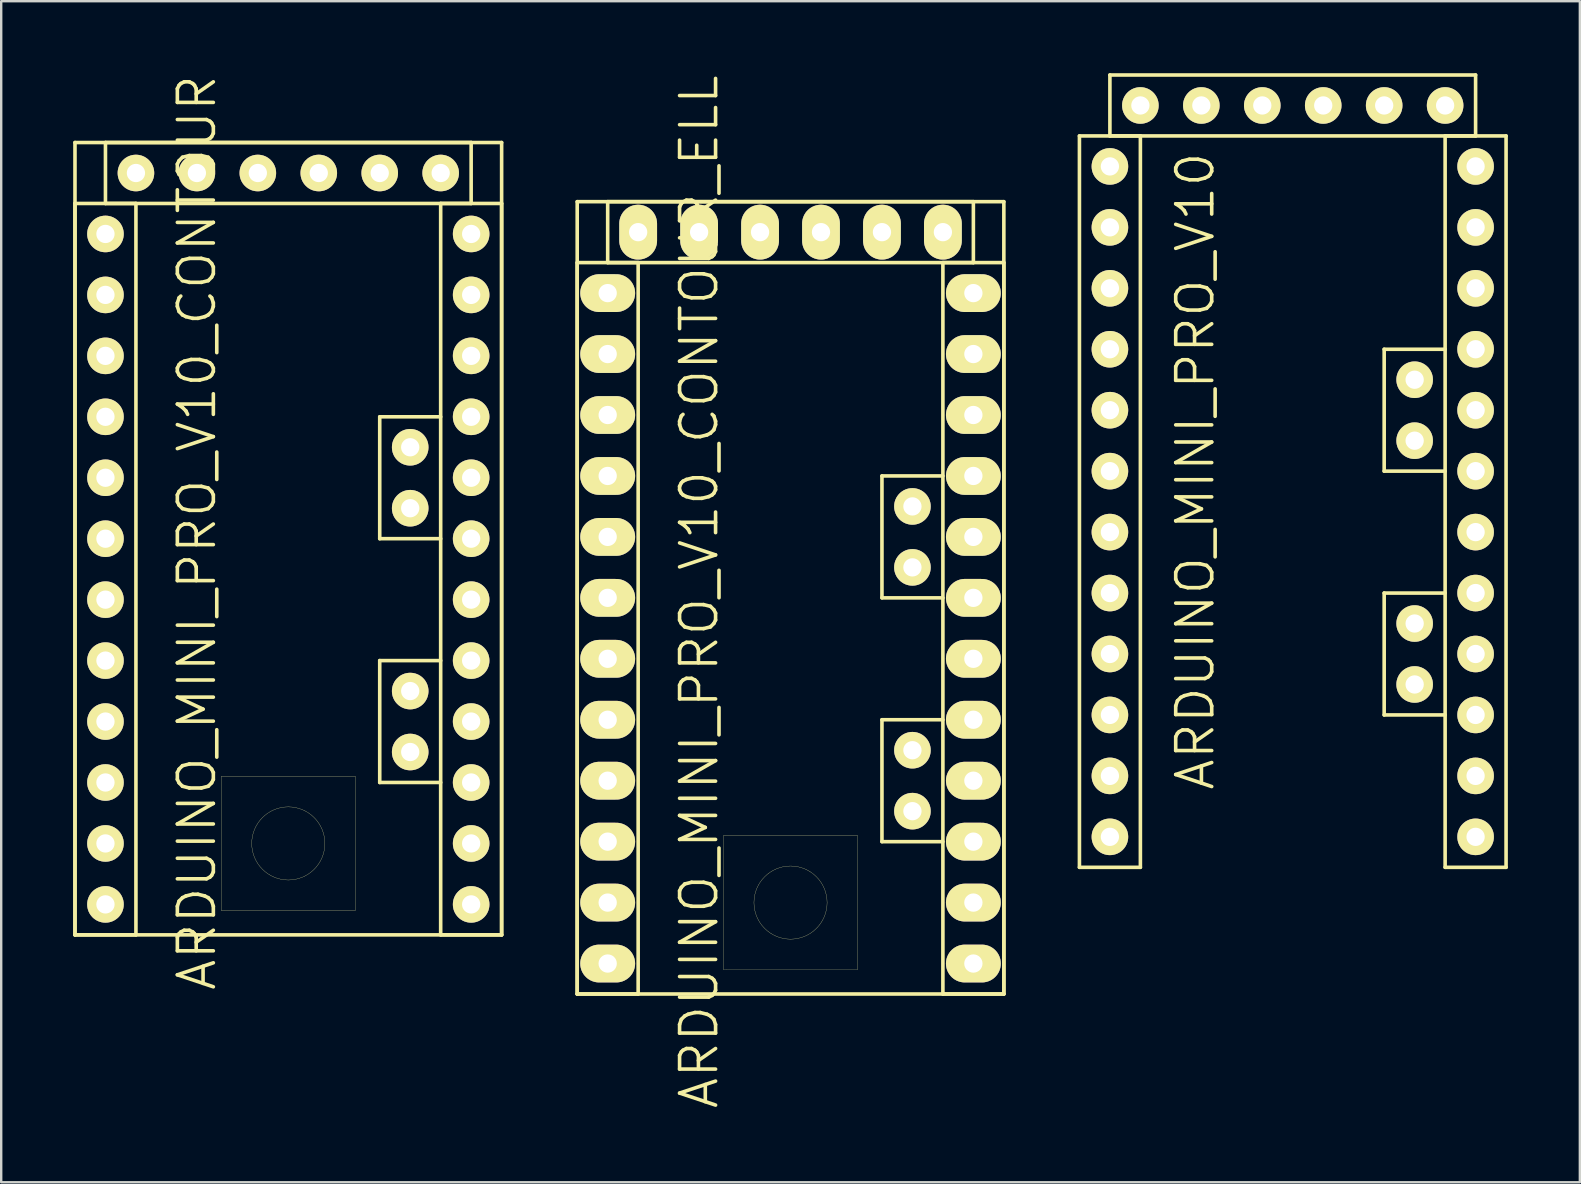
<source format=kicad_pcb>
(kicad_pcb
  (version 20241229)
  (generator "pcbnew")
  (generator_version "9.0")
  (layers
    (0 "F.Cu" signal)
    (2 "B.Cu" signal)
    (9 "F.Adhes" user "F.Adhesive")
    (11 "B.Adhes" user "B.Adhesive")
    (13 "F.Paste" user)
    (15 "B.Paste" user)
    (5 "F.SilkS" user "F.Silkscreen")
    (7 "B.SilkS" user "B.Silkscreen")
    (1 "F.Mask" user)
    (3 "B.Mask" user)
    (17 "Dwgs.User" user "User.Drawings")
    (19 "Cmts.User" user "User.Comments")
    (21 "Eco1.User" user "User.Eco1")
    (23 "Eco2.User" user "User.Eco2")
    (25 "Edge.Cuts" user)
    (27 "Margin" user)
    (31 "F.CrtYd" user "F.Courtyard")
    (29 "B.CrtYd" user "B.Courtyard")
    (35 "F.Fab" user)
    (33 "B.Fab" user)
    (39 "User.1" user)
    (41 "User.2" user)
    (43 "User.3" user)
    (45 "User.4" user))
  (footprint "ARDUINO_MINI_PRO_V10_CONTOUR_ELL"
    (layer "F.Cu")
    (at 29.895 21.865)
    (property "Reference" "ARDUINO_MINI_PRO_V10_CONTOUR_ELL" (at -3.81 -0.254 90) (layer "F.SilkS") (effects (font (size 1.5 1.5) (thickness 0.15))))
    (attr through_hole)
    (fp_line (start -8.89 -16.51) (end -8.89 16.51) (stroke (width 0.15) (type solid)) (layer "F.SilkS"))
    (fp_line (start -8.89 -13.97) (end -6.35 -13.97) (stroke (width 0.15) (type solid)) (layer "F.SilkS"))
    (fp_line (start -8.89 16.51) (end -8.89 -13.97) (stroke (width 0.15) (type solid)) (layer "F.SilkS"))
    (fp_line (start -8.89 16.51) (end 8.89 16.51) (stroke (width 0.15) (type solid)) (layer "F.SilkS"))
    (fp_line (start -7.62 -16.51) (end 7.62 -16.51) (stroke (width 0.15) (type solid)) (layer "F.SilkS"))
    (fp_line (start -7.62 -13.97) (end -7.62 -16.51) (stroke (width 0.15) (type solid)) (layer "F.SilkS"))
    (fp_line (start -6.35 -13.97) (end -6.35 16.51) (stroke (width 0.15) (type solid)) (layer "F.SilkS"))
    (fp_line (start -6.35 16.51) (end -8.89 16.51) (stroke (width 0.15) (type solid)) (layer "F.SilkS"))
    (fp_line (start -2.794 9.906) (end 2.794 9.906) (stroke (width 0.01) (type solid)) (layer "F.SilkS"))
    (fp_line (start -2.794 15.494) (end -2.794 9.906) (stroke (width 0.01) (type solid)) (layer "F.SilkS"))
    (fp_line (start -2.667 15.494) (end -2.794 15.494) (stroke (width 0.01) (type solid)) (layer "F.SilkS"))
    (fp_line (start 2.794 9.906) (end 2.794 15.494) (stroke (width 0.01) (type solid)) (layer "F.SilkS"))
    (fp_line (start 2.794 15.494) (end -2.667 15.494) (stroke (width 0.01) (type solid)) (layer "F.SilkS"))
    (fp_line (start 3.81 -5.08) (end 3.81 0) (stroke (width 0.15) (type solid)) (layer "F.SilkS"))
    (fp_line (start 3.81 0) (end 6.35 0) (stroke (width 0.15) (type solid)) (layer "F.SilkS"))
    (fp_line (start 3.81 5.08) (end 3.81 10.16) (stroke (width 0.15) (type solid)) (layer "F.SilkS"))
    (fp_line (start 3.81 10.16) (end 6.35 10.16) (stroke (width 0.15) (type solid)) (layer "F.SilkS"))
    (fp_line (start 6.35 -13.97) (end 6.35 16.51) (stroke (width 0.15) (type solid)) (layer "F.SilkS"))
    (fp_line (start 6.35 -5.08) (end 3.81 -5.08) (stroke (width 0.15) (type solid)) (layer "F.SilkS"))
    (fp_line (start 6.35 5.08) (end 3.81 5.08) (stroke (width 0.15) (type solid)) (layer "F.SilkS"))
    (fp_line (start 6.35 16.51) (end 8.89 16.51) (stroke (width 0.15) (type solid)) (layer "F.SilkS"))
    (fp_line (start 7.62 -16.51) (end 7.62 -13.97) (stroke (width 0.15) (type solid)) (layer "F.SilkS"))
    (fp_line (start 7.62 -13.97) (end -7.62 -13.97) (stroke (width 0.15) (type solid)) (layer "F.SilkS"))
    (fp_line (start 8.89 -16.51) (end -8.89 -16.51) (stroke (width 0.15) (type solid)) (layer "F.SilkS"))
    (fp_line (start 8.89 -13.97) (end 6.35 -13.97) (stroke (width 0.15) (type solid)) (layer "F.SilkS"))
    (fp_line (start 8.89 16.51) (end 8.89 -16.51) (stroke (width 0.15) (type solid)) (layer "F.SilkS"))
    (fp_line (start 8.89 16.51) (end 8.89 -13.97) (stroke (width 0.15) (type solid)) (layer "F.SilkS"))
    (fp_circle (center 0 12.7) (end 0 14.224) (stroke (width 0.01) (type solid)) (fill no) (layer "F.SilkS"))
    (pad "2" thru_hole oval (at -7.62 -2.54) (size 2.286 1.575) (drill 0.762) (layers "*.Cu" "*.Mask" "F.SilkS"))
    (pad "3" thru_hole oval (at -7.62 0) (size 2.286 1.575) (drill 0.762) (layers "*.Cu" "*.Mask" "F.SilkS"))
    (pad "4" thru_hole oval (at -7.62 2.54) (size 2.286 1.575) (drill 0.762) (layers "*.Cu" "*.Mask" "F.SilkS"))
    (pad "5" thru_hole oval (at -7.62 5.08) (size 2.286 1.575) (drill 0.762) (layers "*.Cu" "*.Mask" "F.SilkS"))
    (pad "6" thru_hole oval (at -7.62 7.62) (size 2.286 1.575) (drill 0.762) (layers "*.Cu" "*.Mask" "F.SilkS"))
    (pad "7" thru_hole oval (at -7.62 10.16) (size 2.286 1.575) (drill 0.762) (layers "*.Cu" "*.Mask" "F.SilkS"))
    (pad "8" thru_hole oval (at -7.62 12.7) (size 2.286 1.575) (drill 0.762) (layers "*.Cu" "*.Mask" "F.SilkS"))
    (pad "9" thru_hole oval (at -7.62 15.24) (size 2.286 1.575) (drill 0.762) (layers "*.Cu" "*.Mask" "F.SilkS"))
    (pad "10" thru_hole oval (at 7.62 15.24) (size 2.286 1.575) (drill 0.762) (layers "*.Cu" "*.Mask" "F.SilkS"))
    (pad "11" thru_hole oval (at 7.62 12.7) (size 2.286 1.575) (drill 0.762) (layers "*.Cu" "*.Mask" "F.SilkS"))
    (pad "12" thru_hole oval (at 7.62 10.16) (size 2.286 1.575) (drill 0.762) (layers "*.Cu" "*.Mask" "F.SilkS"))
    (pad "13" thru_hole oval (at 7.62 7.62) (size 2.286 1.575) (drill 0.762) (layers "*.Cu" "*.Mask" "F.SilkS"))
    (pad "A0" thru_hole oval (at 7.62 5.08) (size 2.286 1.575) (drill 0.762) (layers "*.Cu" "*.Mask" "F.SilkS"))
    (pad "A1" thru_hole oval (at 7.62 2.54) (size 2.286 1.575) (drill 0.762) (layers "*.Cu" "*.Mask" "F.SilkS"))
    (pad "A2" thru_hole oval (at 7.62 0) (size 2.286 1.575) (drill 0.762) (layers "*.Cu" "*.Mask" "F.SilkS"))
    (pad "A3" thru_hole oval (at 7.62 -2.54) (size 2.286 1.575) (drill 0.762) (layers "*.Cu" "*.Mask" "F.SilkS"))
    (pad "A4" thru_hole circle (at 5.08 -1.27) (size 1.524 1.524) (drill 0.762) (layers "*.Cu" "*.Mask" "F.SilkS"))
    (pad "A5" thru_hole circle (at 5.08 -3.81) (size 1.524 1.524) (drill 0.762) (layers "*.Cu" "*.Mask" "F.SilkS"))
    (pad "A6" thru_hole circle (at 5.08 8.89) (size 1.524 1.524) (drill 0.762) (layers "*.Cu" "*.Mask" "F.SilkS"))
    (pad "A7" thru_hole circle (at 5.08 6.35) (size 1.524 1.524) (drill 0.762) (layers "*.Cu" "*.Mask" "F.SilkS"))
    (pad "BLK" thru_hole oval (at 6.35 -15.24) (size 1.575 2.286) (drill 0.762) (layers "*.Cu" "*.Mask" "F.SilkS"))
    (pad "GND1" thru_hole oval (at 3.81 -15.24) (size 1.575 2.286) (drill 0.762) (layers "*.Cu" "*.Mask" "F.SilkS"))
    (pad "GND2" thru_hole oval (at -7.62 -5.08) (size 2.286 1.575) (drill 0.762) (layers "*.Cu" "*.Mask" "F.SilkS"))
    (pad "GND3" thru_hole oval (at 7.62 -10.16) (size 2.286 1.575) (drill 0.762) (layers "*.Cu" "*.Mask" "F.SilkS"))
    (pad "GRN" thru_hole oval (at -6.35 -15.24) (size 1.575 2.286) (drill 0.762) (layers "*.Cu" "*.Mask" "F.SilkS"))
    (pad "RAW" thru_hole oval (at 7.62 -12.7) (size 2.286 1.575) (drill 0.762) (layers "*.Cu" "*.Mask" "F.SilkS"))
    (pad "RST1" thru_hole oval (at -7.62 -7.62) (size 2.286 1.575) (drill 0.762) (layers "*.Cu" "*.Mask" "F.SilkS"))
    (pad "RST2" thru_hole oval (at 7.62 -7.62) (size 2.286 1.575) (drill 0.762) (layers "*.Cu" "*.Mask" "F.SilkS"))
    (pad "RX/1" thru_hole oval (at -1.27 -15.24) (size 1.575 2.286) (drill 0.762) (layers "*.Cu" "*.Mask" "F.SilkS"))
    (pad "RX/2" thru_hole oval (at -7.62 -10.16) (size 2.286 1.575) (drill 0.762) (layers "*.Cu" "*.Mask" "F.SilkS"))
    (pad "TX/1" thru_hole oval (at -3.81 -15.24) (size 1.575 2.286) (drill 0.762) (layers "*.Cu" "*.Mask" "F.SilkS"))
    (pad "TX/2" thru_hole oval (at -7.62 -12.7) (size 2.286 1.575) (drill 0.762) (layers "*.Cu" "*.Mask" "F.SilkS"))
    (pad "VCC1" thru_hole oval (at 1.27 -15.24) (size 1.575 2.286) (drill 0.762) (layers "*.Cu" "*.Mask" "F.SilkS"))
    (pad "VCC2" thru_hole oval (at 7.62 -5.08) (size 2.286 1.575) (drill 0.762) (layers "*.Cu" "*.Mask" "F.SilkS")))
  (footprint "ARDUINO_MINI_PRO_V10"
    (layer "F.Cu")
    (at 50.825 16.585)
    (property "Reference" "ARDUINO_MINI_PRO_V10" (at -4.064 0 90) (layer "F.SilkS") (effects (font (size 1.5 1.5) (thickness 0.15))))
    (attr through_hole)
    (fp_line (start -8.89 -13.97) (end -6.35 -13.97) (stroke (width 0.15) (type solid)) (layer "F.SilkS"))
    (fp_line (start -8.89 16.51) (end -8.89 -13.97) (stroke (width 0.15) (type solid)) (layer "F.SilkS"))
    (fp_line (start -7.62 -16.51) (end 7.62 -16.51) (stroke (width 0.15) (type solid)) (layer "F.SilkS"))
    (fp_line (start -7.62 -13.97) (end -7.62 -16.51) (stroke (width 0.15) (type solid)) (layer "F.SilkS"))
    (fp_line (start -6.35 -13.97) (end -6.35 16.51) (stroke (width 0.15) (type solid)) (layer "F.SilkS"))
    (fp_line (start -6.35 16.51) (end -8.89 16.51) (stroke (width 0.15) (type solid)) (layer "F.SilkS"))
    (fp_line (start 3.81 -5.08) (end 3.81 0) (stroke (width 0.15) (type solid)) (layer "F.SilkS"))
    (fp_line (start 3.81 0) (end 6.35 0) (stroke (width 0.15) (type solid)) (layer "F.SilkS"))
    (fp_line (start 3.81 5.08) (end 3.81 10.16) (stroke (width 0.15) (type solid)) (layer "F.SilkS"))
    (fp_line (start 3.81 10.16) (end 6.35 10.16) (stroke (width 0.15) (type solid)) (layer "F.SilkS"))
    (fp_line (start 6.35 -13.97) (end 6.35 16.51) (stroke (width 0.15) (type solid)) (layer "F.SilkS"))
    (fp_line (start 6.35 -5.08) (end 3.81 -5.08) (stroke (width 0.15) (type solid)) (layer "F.SilkS"))
    (fp_line (start 6.35 5.08) (end 3.81 5.08) (stroke (width 0.15) (type solid)) (layer "F.SilkS"))
    (fp_line (start 6.35 16.51) (end 8.89 16.51) (stroke (width 0.15) (type solid)) (layer "F.SilkS"))
    (fp_line (start 7.62 -16.51) (end 7.62 -13.97) (stroke (width 0.15) (type solid)) (layer "F.SilkS"))
    (fp_line (start 7.62 -13.97) (end -7.62 -13.97) (stroke (width 0.15) (type solid)) (layer "F.SilkS"))
    (fp_line (start 8.89 -13.97) (end 6.35 -13.97) (stroke (width 0.15) (type solid)) (layer "F.SilkS"))
    (fp_line (start 8.89 16.51) (end 8.89 -13.97) (stroke (width 0.15) (type solid)) (layer "F.SilkS"))
    (pad "2" thru_hole circle (at -7.62 -2.54) (size 1.524 1.524) (drill 0.762) (layers "*.Cu" "*.Mask" "F.SilkS"))
    (pad "3" thru_hole circle (at -7.62 0) (size 1.524 1.524) (drill 0.762) (layers "*.Cu" "*.Mask" "F.SilkS"))
    (pad "4" thru_hole circle (at -7.62 2.54) (size 1.524 1.524) (drill 0.762) (layers "*.Cu" "*.Mask" "F.SilkS"))
    (pad "5" thru_hole circle (at -7.62 5.08) (size 1.524 1.524) (drill 0.762) (layers "*.Cu" "*.Mask" "F.SilkS"))
    (pad "6" thru_hole circle (at -7.62 7.62) (size 1.524 1.524) (drill 0.762) (layers "*.Cu" "*.Mask" "F.SilkS"))
    (pad "7" thru_hole circle (at -7.62 10.16) (size 1.524 1.524) (drill 0.762) (layers "*.Cu" "*.Mask" "F.SilkS"))
    (pad "8" thru_hole circle (at -7.62 12.7) (size 1.524 1.524) (drill 0.762) (layers "*.Cu" "*.Mask" "F.SilkS"))
    (pad "9" thru_hole circle (at -7.62 15.24) (size 1.524 1.524) (drill 0.762) (layers "*.Cu" "*.Mask" "F.SilkS"))
    (pad "10" thru_hole circle (at 7.62 15.24) (size 1.524 1.524) (drill 0.762) (layers "*.Cu" "*.Mask" "F.SilkS"))
    (pad "11" thru_hole circle (at 7.62 12.7) (size 1.524 1.524) (drill 0.762) (layers "*.Cu" "*.Mask" "F.SilkS"))
    (pad "12" thru_hole circle (at 7.62 10.16) (size 1.524 1.524) (drill 0.762) (layers "*.Cu" "*.Mask" "F.SilkS"))
    (pad "13" thru_hole circle (at 7.62 7.62) (size 1.524 1.524) (drill 0.762) (layers "*.Cu" "*.Mask" "F.SilkS"))
    (pad "A0" thru_hole circle (at 7.62 5.08) (size 1.524 1.524) (drill 0.762) (layers "*.Cu" "*.Mask" "F.SilkS"))
    (pad "A1" thru_hole circle (at 7.62 2.54) (size 1.524 1.524) (drill 0.762) (layers "*.Cu" "*.Mask" "F.SilkS"))
    (pad "A2" thru_hole circle (at 7.62 0) (size 1.524 1.524) (drill 0.762) (layers "*.Cu" "*.Mask" "F.SilkS"))
    (pad "A3" thru_hole circle (at 7.62 -2.54) (size 1.524 1.524) (drill 0.762) (layers "*.Cu" "*.Mask" "F.SilkS"))
    (pad "A4" thru_hole circle (at 5.08 -1.27) (size 1.524 1.524) (drill 0.762) (layers "*.Cu" "*.Mask" "F.SilkS"))
    (pad "A5" thru_hole circle (at 5.08 -3.81) (size 1.524 1.524) (drill 0.762) (layers "*.Cu" "*.Mask" "F.SilkS"))
    (pad "A6" thru_hole circle (at 5.08 8.89) (size 1.524 1.524) (drill 0.762) (layers "*.Cu" "*.Mask" "F.SilkS"))
    (pad "A7" thru_hole circle (at 5.08 6.35) (size 1.524 1.524) (drill 0.762) (layers "*.Cu" "*.Mask" "F.SilkS"))
    (pad "BLK" thru_hole circle (at 6.35 -15.24) (size 1.524 1.524) (drill 0.762) (layers "*.Cu" "*.Mask" "F.SilkS"))
    (pad "GND1" thru_hole circle (at 3.81 -15.24) (size 1.524 1.524) (drill 0.762) (layers "*.Cu" "*.Mask" "F.SilkS"))
    (pad "GND2" thru_hole circle (at -7.62 -5.08) (size 1.524 1.524) (drill 0.762) (layers "*.Cu" "*.Mask" "F.SilkS"))
    (pad "GND3" thru_hole circle (at 7.62 -10.16) (size 1.524 1.524) (drill 0.762) (layers "*.Cu" "*.Mask" "F.SilkS"))
    (pad "GRN" thru_hole circle (at -6.35 -15.24) (size 1.524 1.524) (drill 0.762) (layers "*.Cu" "*.Mask" "F.SilkS"))
    (pad "RAW" thru_hole circle (at 7.62 -12.7) (size 1.524 1.524) (drill 0.762) (layers "*.Cu" "*.Mask" "F.SilkS"))
    (pad "RST1" thru_hole circle (at -7.62 -7.62) (size 1.524 1.524) (drill 0.762) (layers "*.Cu" "*.Mask" "F.SilkS"))
    (pad "RST2" thru_hole circle (at 7.62 -7.62) (size 1.524 1.524) (drill 0.762) (layers "*.Cu" "*.Mask" "F.SilkS"))
    (pad "RX/1" thru_hole circle (at -1.27 -15.24) (size 1.524 1.524) (drill 0.762) (layers "*.Cu" "*.Mask" "F.SilkS"))
    (pad "RX/2" thru_hole circle (at -7.62 -10.16) (size 1.524 1.524) (drill 0.762) (layers "*.Cu" "*.Mask" "F.SilkS"))
    (pad "TX/1" thru_hole circle (at -3.81 -15.24) (size 1.524 1.524) (drill 0.762) (layers "*.Cu" "*.Mask" "F.SilkS"))
    (pad "TX/2" thru_hole circle (at -7.62 -12.7) (size 1.524 1.524) (drill 0.762) (layers "*.Cu" "*.Mask" "F.SilkS"))
    (pad "VCC1" thru_hole circle (at 1.27 -15.24) (size 1.524 1.524) (drill 0.762) (layers "*.Cu" "*.Mask" "F.SilkS"))
    (pad "VCC2" thru_hole circle (at 7.62 -5.08) (size 1.524 1.524) (drill 0.762) (layers "*.Cu" "*.Mask" "F.SilkS")))
  (footprint "ARDUINO_MINI_PRO_V10_CONTOUR"
    (layer "F.Cu")
    (at 8.965 19.4)
    (property "Reference" "ARDUINO_MINI_PRO_V10_CONTOUR" (at -3.81 -0.254 90) (layer "F.SilkS") (effects (font (size 1.5 1.5) (thickness 0.15))))
    (attr through_hole)
    (fp_line (start -8.89 -16.51) (end -8.89 16.51) (stroke (width 0.15) (type solid)) (layer "F.SilkS"))
    (fp_line (start -8.89 -13.97) (end -6.35 -13.97) (stroke (width 0.15) (type solid)) (layer "F.SilkS"))
    (fp_line (start -8.89 16.51) (end -8.89 -13.97) (stroke (width 0.15) (type solid)) (layer "F.SilkS"))
    (fp_line (start -8.89 16.51) (end 8.89 16.51) (stroke (width 0.15) (type solid)) (layer "F.SilkS"))
    (fp_line (start -7.62 -16.51) (end 7.62 -16.51) (stroke (width 0.15) (type solid)) (layer "F.SilkS"))
    (fp_line (start -7.62 -13.97) (end -7.62 -16.51) (stroke (width 0.15) (type solid)) (layer "F.SilkS"))
    (fp_line (start -6.35 -13.97) (end -6.35 16.51) (stroke (width 0.15) (type solid)) (layer "F.SilkS"))
    (fp_line (start -6.35 16.51) (end -8.89 16.51) (stroke (width 0.15) (type solid)) (layer "F.SilkS"))
    (fp_line (start -2.794 9.906) (end 2.794 9.906) (stroke (width 0.01) (type solid)) (layer "F.SilkS"))
    (fp_line (start -2.794 15.494) (end -2.794 9.906) (stroke (width 0.01) (type solid)) (layer "F.SilkS"))
    (fp_line (start -2.667 15.494) (end -2.794 15.494) (stroke (width 0.01) (type solid)) (layer "F.SilkS"))
    (fp_line (start 2.794 9.906) (end 2.794 15.494) (stroke (width 0.01) (type solid)) (layer "F.SilkS"))
    (fp_line (start 2.794 15.494) (end -2.667 15.494) (stroke (width 0.01) (type solid)) (layer "F.SilkS"))
    (fp_line (start 3.81 -5.08) (end 3.81 0) (stroke (width 0.15) (type solid)) (layer "F.SilkS"))
    (fp_line (start 3.81 0) (end 6.35 0) (stroke (width 0.15) (type solid)) (layer "F.SilkS"))
    (fp_line (start 3.81 5.08) (end 3.81 10.16) (stroke (width 0.15) (type solid)) (layer "F.SilkS"))
    (fp_line (start 3.81 10.16) (end 6.35 10.16) (stroke (width 0.15) (type solid)) (layer "F.SilkS"))
    (fp_line (start 6.35 -13.97) (end 6.35 16.51) (stroke (width 0.15) (type solid)) (layer "F.SilkS"))
    (fp_line (start 6.35 -5.08) (end 3.81 -5.08) (stroke (width 0.15) (type solid)) (layer "F.SilkS"))
    (fp_line (start 6.35 5.08) (end 3.81 5.08) (stroke (width 0.15) (type solid)) (layer "F.SilkS"))
    (fp_line (start 6.35 16.51) (end 8.89 16.51) (stroke (width 0.15) (type solid)) (layer "F.SilkS"))
    (fp_line (start 7.62 -16.51) (end 7.62 -13.97) (stroke (width 0.15) (type solid)) (layer "F.SilkS"))
    (fp_line (start 7.62 -13.97) (end -7.62 -13.97) (stroke (width 0.15) (type solid)) (layer "F.SilkS"))
    (fp_line (start 8.89 -16.51) (end -8.89 -16.51) (stroke (width 0.15) (type solid)) (layer "F.SilkS"))
    (fp_line (start 8.89 -13.97) (end 6.35 -13.97) (stroke (width 0.15) (type solid)) (layer "F.SilkS"))
    (fp_line (start 8.89 16.51) (end 8.89 -16.51) (stroke (width 0.15) (type solid)) (layer "F.SilkS"))
    (fp_line (start 8.89 16.51) (end 8.89 -13.97) (stroke (width 0.15) (type solid)) (layer "F.SilkS"))
    (fp_circle (center 0 12.7) (end 0 14.224) (stroke (width 0.01) (type solid)) (fill no) (layer "F.SilkS"))
    (pad "2" thru_hole circle (at -7.62 -2.54) (size 1.524 1.524) (drill 0.762) (layers "*.Cu" "*.Mask" "F.SilkS"))
    (pad "3" thru_hole circle (at -7.62 0) (size 1.524 1.524) (drill 0.762) (layers "*.Cu" "*.Mask" "F.SilkS"))
    (pad "4" thru_hole circle (at -7.62 2.54) (size 1.524 1.524) (drill 0.762) (layers "*.Cu" "*.Mask" "F.SilkS"))
    (pad "5" thru_hole circle (at -7.62 5.08) (size 1.524 1.524) (drill 0.762) (layers "*.Cu" "*.Mask" "F.SilkS"))
    (pad "6" thru_hole circle (at -7.62 7.62) (size 1.524 1.524) (drill 0.762) (layers "*.Cu" "*.Mask" "F.SilkS"))
    (pad "7" thru_hole circle (at -7.62 10.16) (size 1.524 1.524) (drill 0.762) (layers "*.Cu" "*.Mask" "F.SilkS"))
    (pad "8" thru_hole circle (at -7.62 12.7) (size 1.524 1.524) (drill 0.762) (layers "*.Cu" "*.Mask" "F.SilkS"))
    (pad "9" thru_hole circle (at -7.62 15.24) (size 1.524 1.524) (drill 0.762) (layers "*.Cu" "*.Mask" "F.SilkS"))
    (pad "10" thru_hole circle (at 7.62 15.24) (size 1.524 1.524) (drill 0.762) (layers "*.Cu" "*.Mask" "F.SilkS"))
    (pad "11" thru_hole circle (at 7.62 12.7) (size 1.524 1.524) (drill 0.762) (layers "*.Cu" "*.Mask" "F.SilkS"))
    (pad "12" thru_hole circle (at 7.62 10.16) (size 1.524 1.524) (drill 0.762) (layers "*.Cu" "*.Mask" "F.SilkS"))
    (pad "13" thru_hole circle (at 7.62 7.62) (size 1.524 1.524) (drill 0.762) (layers "*.Cu" "*.Mask" "F.SilkS"))
    (pad "A0" thru_hole circle (at 7.62 5.08) (size 1.524 1.524) (drill 0.762) (layers "*.Cu" "*.Mask" "F.SilkS"))
    (pad "A1" thru_hole circle (at 7.62 2.54) (size 1.524 1.524) (drill 0.762) (layers "*.Cu" "*.Mask" "F.SilkS"))
    (pad "A2" thru_hole circle (at 7.62 0) (size 1.524 1.524) (drill 0.762) (layers "*.Cu" "*.Mask" "F.SilkS"))
    (pad "A3" thru_hole circle (at 7.62 -2.54) (size 1.524 1.524) (drill 0.762) (layers "*.Cu" "*.Mask" "F.SilkS"))
    (pad "A4" thru_hole circle (at 5.08 -1.27) (size 1.524 1.524) (drill 0.762) (layers "*.Cu" "*.Mask" "F.SilkS"))
    (pad "A5" thru_hole circle (at 5.08 -3.81) (size 1.524 1.524) (drill 0.762) (layers "*.Cu" "*.Mask" "F.SilkS"))
    (pad "A6" thru_hole circle (at 5.08 8.89) (size 1.524 1.524) (drill 0.762) (layers "*.Cu" "*.Mask" "F.SilkS"))
    (pad "A7" thru_hole circle (at 5.08 6.35) (size 1.524 1.524) (drill 0.762) (layers "*.Cu" "*.Mask" "F.SilkS"))
    (pad "BLK" thru_hole circle (at 6.35 -15.24) (size 1.524 1.524) (drill 0.762) (layers "*.Cu" "*.Mask" "F.SilkS"))
    (pad "GND1" thru_hole circle (at 3.81 -15.24) (size 1.524 1.524) (drill 0.762) (layers "*.Cu" "*.Mask" "F.SilkS"))
    (pad "GND2" thru_hole circle (at -7.62 -5.08) (size 1.524 1.524) (drill 0.762) (layers "*.Cu" "*.Mask" "F.SilkS"))
    (pad "GND3" thru_hole circle (at 7.62 -10.16) (size 1.524 1.524) (drill 0.762) (layers "*.Cu" "*.Mask" "F.SilkS"))
    (pad "GRN" thru_hole circle (at -6.35 -15.24) (size 1.524 1.524) (drill 0.762) (layers "*.Cu" "*.Mask" "F.SilkS"))
    (pad "RAW" thru_hole circle (at 7.62 -12.7) (size 1.524 1.524) (drill 0.762) (layers "*.Cu" "*.Mask" "F.SilkS"))
    (pad "RST1" thru_hole circle (at -7.62 -7.62) (size 1.524 1.524) (drill 0.762) (layers "*.Cu" "*.Mask" "F.SilkS"))
    (pad "RST2" thru_hole circle (at 7.62 -7.62) (size 1.524 1.524) (drill 0.762) (layers "*.Cu" "*.Mask" "F.SilkS"))
    (pad "RX/1" thru_hole circle (at -1.27 -15.24) (size 1.524 1.524) (drill 0.762) (layers "*.Cu" "*.Mask" "F.SilkS"))
    (pad "RX/2" thru_hole circle (at -7.62 -10.16) (size 1.524 1.524) (drill 0.762) (layers "*.Cu" "*.Mask" "F.SilkS"))
    (pad "TX/1" thru_hole circle (at -3.81 -15.24) (size 1.524 1.524) (drill 0.762) (layers "*.Cu" "*.Mask" "F.SilkS"))
    (pad "TX/2" thru_hole circle (at -7.62 -12.7) (size 1.524 1.524) (drill 0.762) (layers "*.Cu" "*.Mask" "F.SilkS"))
    (pad "VCC1" thru_hole circle (at 1.27 -15.24) (size 1.524 1.524) (drill 0.762) (layers "*.Cu" "*.Mask" "F.SilkS"))
    (pad "VCC2" thru_hole circle (at 7.62 -5.08) (size 1.524 1.524) (drill 0.762) (layers "*.Cu" "*.Mask" "F.SilkS")))
  (gr_rect
    (start -3 -3)
    (end 62.79 46.221)
    (stroke (width 0.1) (type default))
    (fill no)
    (layer "Edge.Cuts")))
</source>
